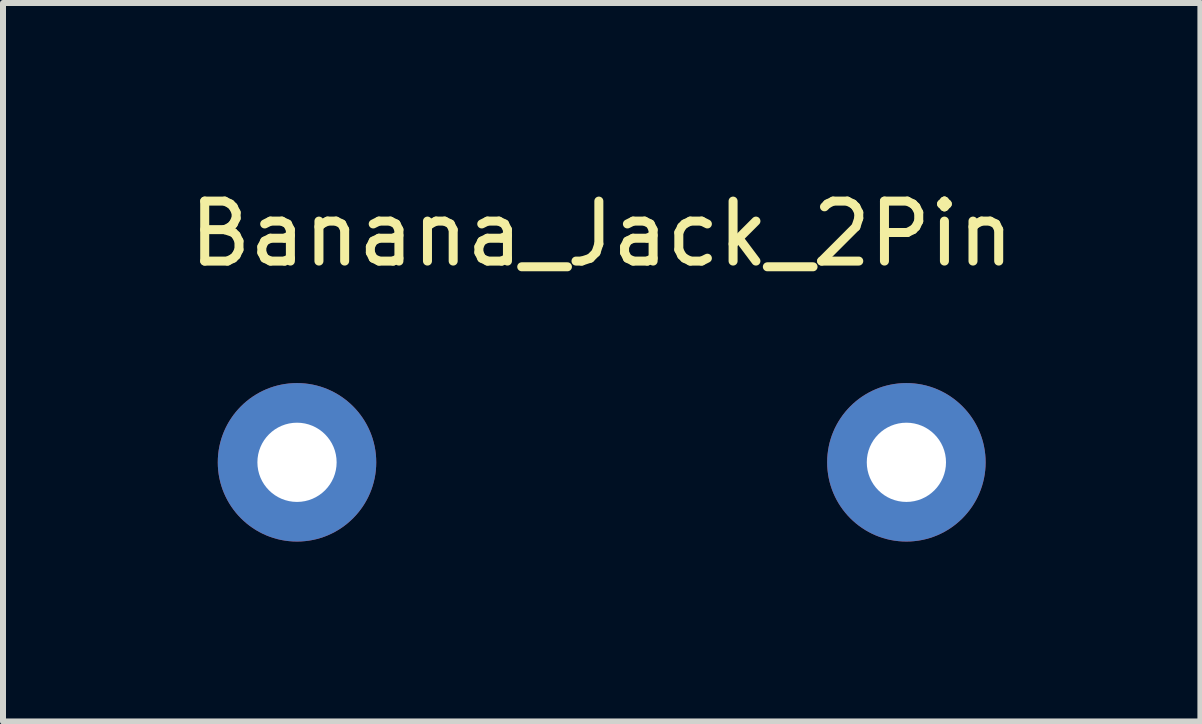
<source format=kicad_pcb>
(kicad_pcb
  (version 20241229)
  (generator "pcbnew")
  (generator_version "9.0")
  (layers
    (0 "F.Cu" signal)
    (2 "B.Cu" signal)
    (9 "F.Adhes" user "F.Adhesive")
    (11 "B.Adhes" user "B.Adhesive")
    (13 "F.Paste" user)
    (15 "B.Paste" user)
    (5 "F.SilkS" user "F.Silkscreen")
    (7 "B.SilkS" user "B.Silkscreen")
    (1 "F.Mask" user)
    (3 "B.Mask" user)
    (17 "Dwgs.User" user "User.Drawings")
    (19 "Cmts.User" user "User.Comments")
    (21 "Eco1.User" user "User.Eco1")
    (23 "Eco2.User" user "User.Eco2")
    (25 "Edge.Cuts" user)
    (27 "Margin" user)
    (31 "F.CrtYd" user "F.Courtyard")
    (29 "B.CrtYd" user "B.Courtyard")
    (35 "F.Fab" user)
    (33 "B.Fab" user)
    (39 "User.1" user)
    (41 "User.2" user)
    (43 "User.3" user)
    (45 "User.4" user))
  (footprint "Banana_Jack_2Pin"
    (layer "F.Cu")
    (at 6.982 4.658)
    (property "Reference" "Banana_Jack_2Pin" (at 0 -3.81 0) (layer "F.SilkS") (effects (font (size 1 1) (thickness 0.15))))
    (attr through_hole)
    (pad "1" thru_hole circle (at -5.08 0) (size 2.642 2.642) (drill 1.321) (layers "*.Cu" "*.Mask"))
    (pad "2" thru_hole circle (at 5.08 0) (size 2.642 2.642) (drill 1.321) (layers "*.Cu" "*.Mask")))
  (gr_rect
    (start -3 -3)
    (end 16.964 8.979)
    (stroke (width 0.1) (type default))
    (fill no)
    (layer "Edge.Cuts")))
</source>
